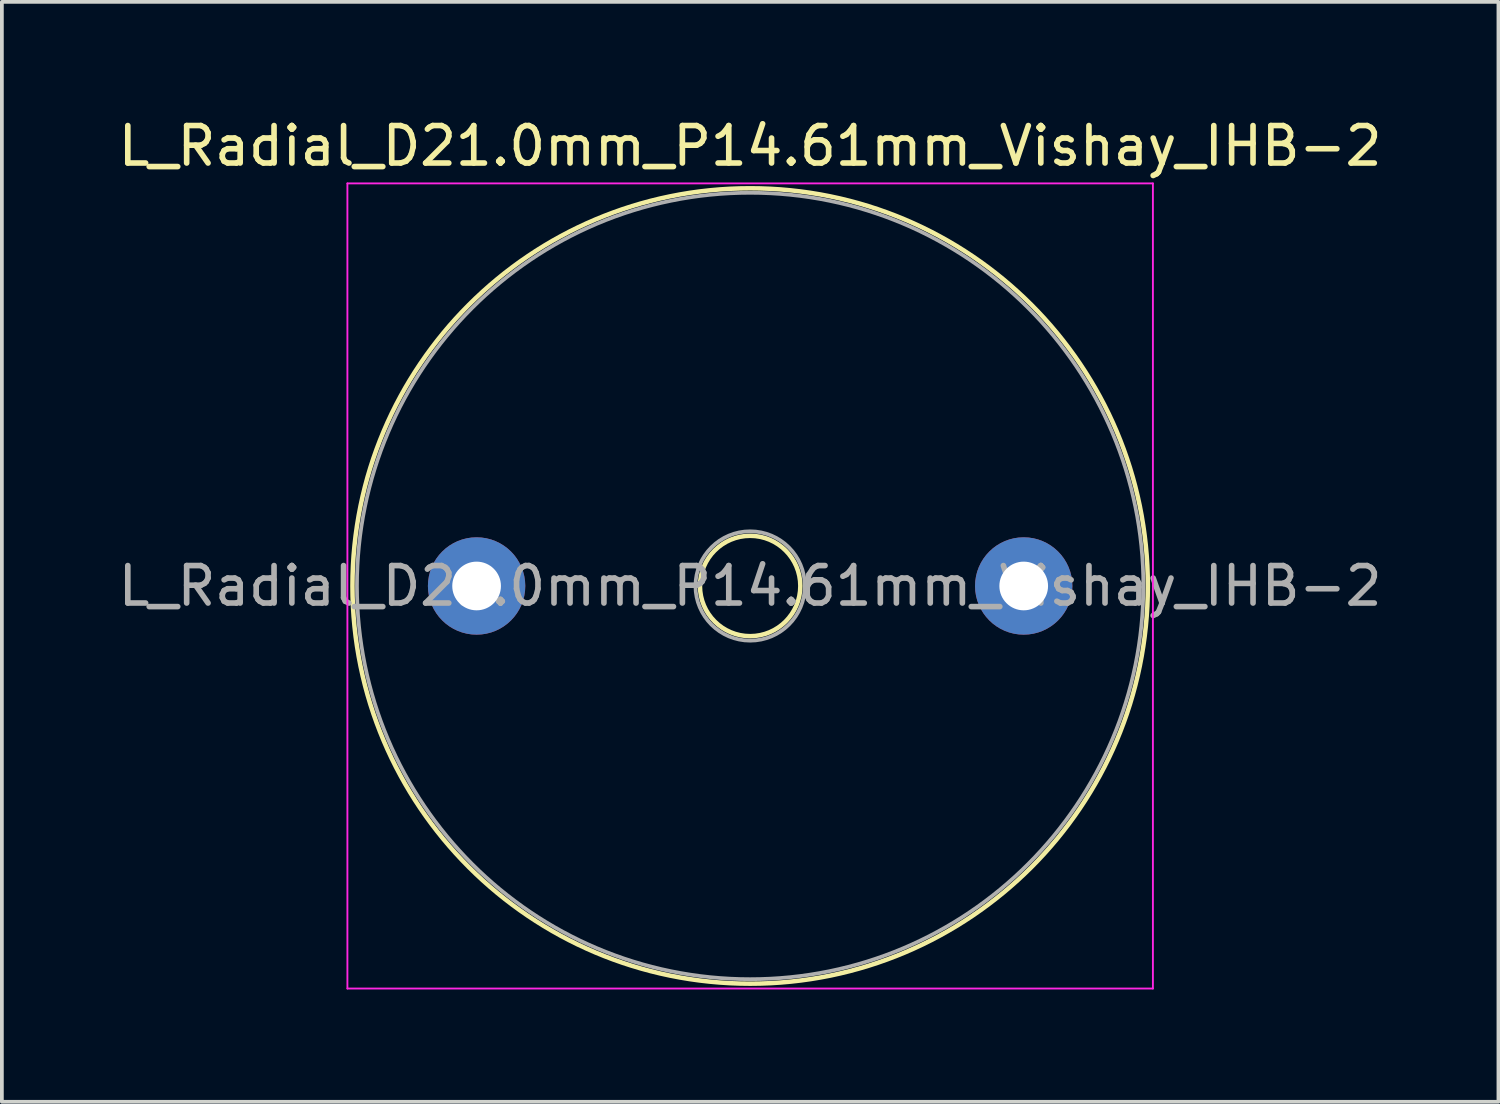
<source format=kicad_pcb>
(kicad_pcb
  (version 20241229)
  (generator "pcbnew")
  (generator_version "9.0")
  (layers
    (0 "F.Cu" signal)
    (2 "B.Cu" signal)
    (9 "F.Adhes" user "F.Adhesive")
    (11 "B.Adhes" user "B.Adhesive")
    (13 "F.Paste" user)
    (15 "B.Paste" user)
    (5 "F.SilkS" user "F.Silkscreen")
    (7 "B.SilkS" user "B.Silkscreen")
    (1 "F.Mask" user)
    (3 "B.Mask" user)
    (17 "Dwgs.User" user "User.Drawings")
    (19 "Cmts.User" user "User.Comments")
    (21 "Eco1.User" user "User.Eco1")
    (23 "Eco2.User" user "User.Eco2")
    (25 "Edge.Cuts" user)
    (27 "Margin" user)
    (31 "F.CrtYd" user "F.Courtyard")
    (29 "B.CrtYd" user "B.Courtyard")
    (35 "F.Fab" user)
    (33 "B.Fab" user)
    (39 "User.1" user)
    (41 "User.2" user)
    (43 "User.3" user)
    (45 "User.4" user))
  (footprint "L_Radial_D21.0mm_P14.61mm_Vishay_IHB-2"
    (layer "F.Cu")
    (at 9.677 12.598)
    (property "Reference" "L_Radial_D21.0mm_P14.61mm_Vishay_IHB-2" (at 7.305 -11.75 0) (layer "F.SilkS") (effects (font (size 1 1) (thickness 0.15))))
    (attr through_hole)
    (fp_circle (center 7.305 0) (end 8.645 0) (stroke (width 0.12) (type solid)) (fill no) (layer "F.SilkS"))
    (fp_circle (center 7.305 0) (end 17.925 0) (stroke (width 0.12) (type solid)) (fill no) (layer "F.SilkS"))
    (fp_line (start -3.45 -10.75) (end -3.45 10.75) (stroke (width 0.05) (type solid)) (layer "F.CrtYd"))
    (fp_line (start -3.45 10.75) (end 18.06 10.75) (stroke (width 0.05) (type solid)) (layer "F.CrtYd"))
    (fp_line (start 18.06 -10.75) (end -3.45 -10.75) (stroke (width 0.05) (type solid)) (layer "F.CrtYd"))
    (fp_line (start 18.06 10.75) (end 18.06 -10.75) (stroke (width 0.05) (type solid)) (layer "F.CrtYd"))
    (fp_circle (center 7.305 0) (end 8.765 0) (stroke (width 0.1) (type solid)) (fill no) (layer "F.Fab"))
    (fp_circle (center 7.305 0) (end 17.805 0) (stroke (width 0.1) (type solid)) (fill no) (layer "F.Fab"))
    (fp_text user "${REFERENCE}" (at 7.305 0 0) (layer "F.Fab") (effects (font (size 1 1) (thickness 0.15))))
    (pad "1" thru_hole circle (at 0 0) (size 2.6 2.6) (drill 1.3) (layers "*.Cu" "*.Mask"))
    (pad "2" thru_hole circle (at 14.61 0) (size 2.6 2.6) (drill 1.3) (layers "*.Cu" "*.Mask")))
  (gr_rect
    (start -3 -3)
    (end 36.964 26.373)
    (stroke (width 0.1) (type default))
    (fill no)
    (layer "Edge.Cuts")))
</source>
